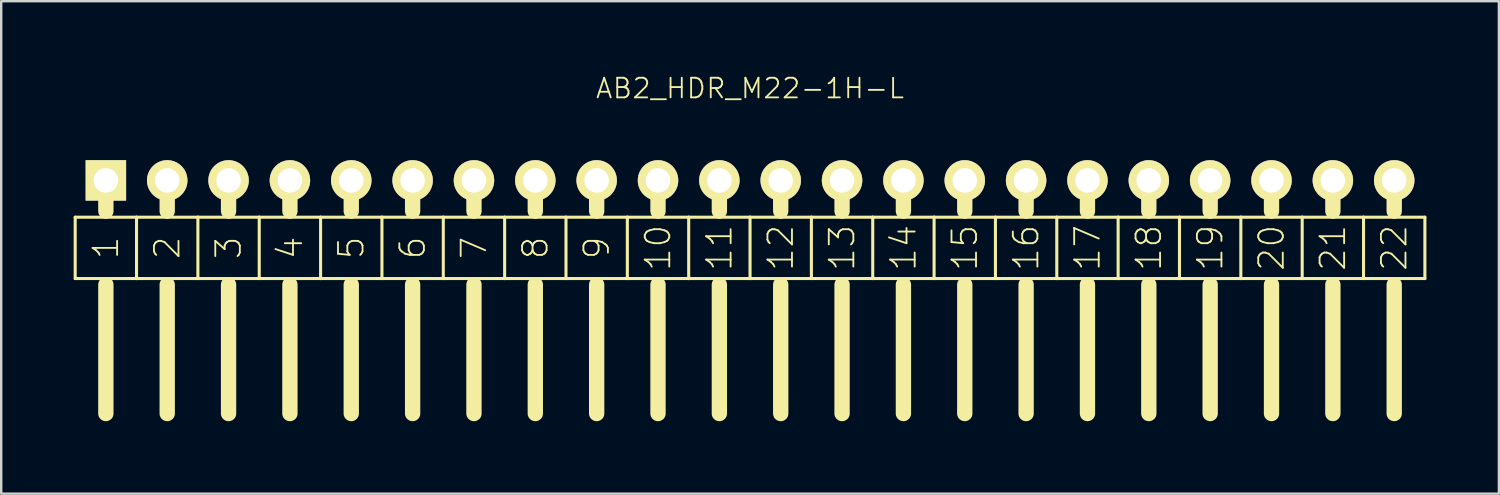
<source format=kicad_pcb>
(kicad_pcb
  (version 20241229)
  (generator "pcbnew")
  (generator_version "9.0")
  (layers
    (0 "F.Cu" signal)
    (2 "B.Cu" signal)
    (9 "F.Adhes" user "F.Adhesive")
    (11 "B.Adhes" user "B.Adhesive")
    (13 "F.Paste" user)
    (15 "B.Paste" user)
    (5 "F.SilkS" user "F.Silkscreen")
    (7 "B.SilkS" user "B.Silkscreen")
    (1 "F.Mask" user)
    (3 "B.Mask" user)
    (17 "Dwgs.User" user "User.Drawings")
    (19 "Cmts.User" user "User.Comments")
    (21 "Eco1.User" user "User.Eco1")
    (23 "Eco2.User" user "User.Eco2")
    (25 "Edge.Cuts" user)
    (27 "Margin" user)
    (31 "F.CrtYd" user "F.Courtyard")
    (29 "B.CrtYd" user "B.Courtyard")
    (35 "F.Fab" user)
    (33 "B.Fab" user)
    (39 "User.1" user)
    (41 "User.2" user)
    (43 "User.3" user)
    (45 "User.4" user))
  (footprint "AB2_HDR_M22-1H-L"
    (layer "F.Cu")
    (at 28.003 4.419)
    (property "Reference" "AB2_HDR_M22-1H-L" (at 0 -3.81 0) (layer "F.SilkS") (effects (font (size 0.813 0.813) (thickness 0.076))))
    (attr through_hole)
    (fp_line (start -27.94 1.524) (end -27.94 4.064) (stroke (width 0.127) (type solid)) (layer "F.SilkS"))
    (fp_line (start -27.94 4.064) (end -26.67 4.064) (stroke (width 0.127) (type solid)) (layer "F.SilkS"))
    (fp_line (start -26.67 0) (end -26.67 1.27) (stroke (width 0.635) (type solid)) (layer "F.SilkS"))
    (fp_line (start -26.67 1.524) (end -27.94 1.524) (stroke (width 0.127) (type solid)) (layer "F.SilkS"))
    (fp_line (start -26.67 4.064) (end -25.4 4.064) (stroke (width 0.127) (type solid)) (layer "F.SilkS"))
    (fp_line (start -26.67 4.318) (end -26.67 9.652) (stroke (width 0.635) (type solid)) (layer "F.SilkS"))
    (fp_line (start -25.4 1.524) (end -26.67 1.524) (stroke (width 0.127) (type solid)) (layer "F.SilkS"))
    (fp_line (start -25.4 4.064) (end -25.4 1.524) (stroke (width 0.127) (type solid)) (layer "F.SilkS"))
    (fp_line (start -25.4 4.064) (end -24.13 4.064) (stroke (width 0.127) (type solid)) (layer "F.SilkS"))
    (fp_line (start -24.13 0) (end -24.13 1.27) (stroke (width 0.635) (type solid)) (layer "F.SilkS"))
    (fp_line (start -24.13 1.524) (end -25.4 1.524) (stroke (width 0.127) (type solid)) (layer "F.SilkS"))
    (fp_line (start -24.13 4.064) (end -22.86 4.064) (stroke (width 0.127) (type solid)) (layer "F.SilkS"))
    (fp_line (start -24.13 4.318) (end -24.13 9.652) (stroke (width 0.635) (type solid)) (layer "F.SilkS"))
    (fp_line (start -22.86 1.524) (end -24.13 1.524) (stroke (width 0.127) (type solid)) (layer "F.SilkS"))
    (fp_line (start -22.86 4.064) (end -22.86 1.524) (stroke (width 0.127) (type solid)) (layer "F.SilkS"))
    (fp_line (start -22.86 4.064) (end -21.59 4.064) (stroke (width 0.127) (type solid)) (layer "F.SilkS"))
    (fp_line (start -21.59 0) (end -21.59 1.27) (stroke (width 0.635) (type solid)) (layer "F.SilkS"))
    (fp_line (start -21.59 1.524) (end -22.86 1.524) (stroke (width 0.127) (type solid)) (layer "F.SilkS"))
    (fp_line (start -21.59 4.064) (end -20.32 4.064) (stroke (width 0.127) (type solid)) (layer "F.SilkS"))
    (fp_line (start -21.59 4.318) (end -21.59 9.652) (stroke (width 0.635) (type solid)) (layer "F.SilkS"))
    (fp_line (start -20.32 1.524) (end -21.59 1.524) (stroke (width 0.127) (type solid)) (layer "F.SilkS"))
    (fp_line (start -20.32 4.064) (end -20.32 1.524) (stroke (width 0.127) (type solid)) (layer "F.SilkS"))
    (fp_line (start -20.32 4.064) (end -19.05 4.064) (stroke (width 0.127) (type solid)) (layer "F.SilkS"))
    (fp_line (start -19.05 0) (end -19.05 1.27) (stroke (width 0.635) (type solid)) (layer "F.SilkS"))
    (fp_line (start -19.05 1.524) (end -20.32 1.524) (stroke (width 0.127) (type solid)) (layer "F.SilkS"))
    (fp_line (start -19.05 4.064) (end -17.78 4.064) (stroke (width 0.127) (type solid)) (layer "F.SilkS"))
    (fp_line (start -19.05 4.318) (end -19.05 9.652) (stroke (width 0.635) (type solid)) (layer "F.SilkS"))
    (fp_line (start -17.78 1.524) (end -19.05 1.524) (stroke (width 0.127) (type solid)) (layer "F.SilkS"))
    (fp_line (start -17.78 4.064) (end -17.78 1.524) (stroke (width 0.127) (type solid)) (layer "F.SilkS"))
    (fp_line (start -17.78 4.064) (end -16.51 4.064) (stroke (width 0.127) (type solid)) (layer "F.SilkS"))
    (fp_line (start -16.51 0) (end -16.51 1.27) (stroke (width 0.635) (type solid)) (layer "F.SilkS"))
    (fp_line (start -16.51 1.524) (end -17.78 1.524) (stroke (width 0.127) (type solid)) (layer "F.SilkS"))
    (fp_line (start -16.51 4.064) (end -15.24 4.064) (stroke (width 0.127) (type solid)) (layer "F.SilkS"))
    (fp_line (start -16.51 4.318) (end -16.51 9.652) (stroke (width 0.635) (type solid)) (layer "F.SilkS"))
    (fp_line (start -15.24 1.524) (end -16.51 1.524) (stroke (width 0.127) (type solid)) (layer "F.SilkS"))
    (fp_line (start -15.24 4.064) (end -15.24 1.524) (stroke (width 0.127) (type solid)) (layer "F.SilkS"))
    (fp_line (start -15.24 4.064) (end -13.97 4.064) (stroke (width 0.127) (type solid)) (layer "F.SilkS"))
    (fp_line (start -13.97 0) (end -13.97 1.27) (stroke (width 0.635) (type solid)) (layer "F.SilkS"))
    (fp_line (start -13.97 1.524) (end -15.24 1.524) (stroke (width 0.127) (type solid)) (layer "F.SilkS"))
    (fp_line (start -13.97 4.064) (end -12.7 4.064) (stroke (width 0.127) (type solid)) (layer "F.SilkS"))
    (fp_line (start -13.97 4.318) (end -13.97 9.652) (stroke (width 0.635) (type solid)) (layer "F.SilkS"))
    (fp_line (start -12.7 1.524) (end -13.97 1.524) (stroke (width 0.127) (type solid)) (layer "F.SilkS"))
    (fp_line (start -12.7 4.064) (end -12.7 1.524) (stroke (width 0.127) (type solid)) (layer "F.SilkS"))
    (fp_line (start -12.7 4.064) (end -11.43 4.064) (stroke (width 0.127) (type solid)) (layer "F.SilkS"))
    (fp_line (start -11.43 0) (end -11.43 1.27) (stroke (width 0.635) (type solid)) (layer "F.SilkS"))
    (fp_line (start -11.43 1.524) (end -12.7 1.524) (stroke (width 0.127) (type solid)) (layer "F.SilkS"))
    (fp_line (start -11.43 4.064) (end -10.16 4.064) (stroke (width 0.127) (type solid)) (layer "F.SilkS"))
    (fp_line (start -11.43 4.318) (end -11.43 9.652) (stroke (width 0.635) (type solid)) (layer "F.SilkS"))
    (fp_line (start -10.16 1.524) (end -11.43 1.524) (stroke (width 0.127) (type solid)) (layer "F.SilkS"))
    (fp_line (start -10.16 4.064) (end -10.16 1.524) (stroke (width 0.127) (type solid)) (layer "F.SilkS"))
    (fp_line (start -10.16 4.064) (end -8.89 4.064) (stroke (width 0.127) (type solid)) (layer "F.SilkS"))
    (fp_line (start -8.89 0) (end -8.89 1.27) (stroke (width 0.635) (type solid)) (layer "F.SilkS"))
    (fp_line (start -8.89 1.524) (end -10.16 1.524) (stroke (width 0.127) (type solid)) (layer "F.SilkS"))
    (fp_line (start -8.89 4.064) (end -7.62 4.064) (stroke (width 0.127) (type solid)) (layer "F.SilkS"))
    (fp_line (start -8.89 4.318) (end -8.89 9.652) (stroke (width 0.635) (type solid)) (layer "F.SilkS"))
    (fp_line (start -7.62 1.524) (end -8.89 1.524) (stroke (width 0.127) (type solid)) (layer "F.SilkS"))
    (fp_line (start -7.62 4.064) (end -7.62 1.524) (stroke (width 0.127) (type solid)) (layer "F.SilkS"))
    (fp_line (start -7.62 4.064) (end -6.35 4.064) (stroke (width 0.127) (type solid)) (layer "F.SilkS"))
    (fp_line (start -6.35 0) (end -6.35 1.27) (stroke (width 0.635) (type solid)) (layer "F.SilkS"))
    (fp_line (start -6.35 1.524) (end -7.62 1.524) (stroke (width 0.127) (type solid)) (layer "F.SilkS"))
    (fp_line (start -6.35 4.064) (end -5.08 4.064) (stroke (width 0.127) (type solid)) (layer "F.SilkS"))
    (fp_line (start -6.35 4.318) (end -6.35 9.652) (stroke (width 0.635) (type solid)) (layer "F.SilkS"))
    (fp_line (start -5.08 1.524) (end -6.35 1.524) (stroke (width 0.127) (type solid)) (layer "F.SilkS"))
    (fp_line (start -5.08 4.064) (end -5.08 1.524) (stroke (width 0.127) (type solid)) (layer "F.SilkS"))
    (fp_line (start -5.08 4.064) (end -3.81 4.064) (stroke (width 0.127) (type solid)) (layer "F.SilkS"))
    (fp_line (start -3.81 0) (end -3.81 1.27) (stroke (width 0.635) (type solid)) (layer "F.SilkS"))
    (fp_line (start -3.81 1.524) (end -5.08 1.524) (stroke (width 0.127) (type solid)) (layer "F.SilkS"))
    (fp_line (start -3.81 4.064) (end -2.54 4.064) (stroke (width 0.127) (type solid)) (layer "F.SilkS"))
    (fp_line (start -3.81 4.318) (end -3.81 9.652) (stroke (width 0.635) (type solid)) (layer "F.SilkS"))
    (fp_line (start -2.54 1.524) (end -3.81 1.524) (stroke (width 0.127) (type solid)) (layer "F.SilkS"))
    (fp_line (start -2.54 4.064) (end -2.54 1.524) (stroke (width 0.127) (type solid)) (layer "F.SilkS"))
    (fp_line (start -2.54 4.064) (end -1.27 4.064) (stroke (width 0.127) (type solid)) (layer "F.SilkS"))
    (fp_line (start -1.27 0) (end -1.27 1.27) (stroke (width 0.635) (type solid)) (layer "F.SilkS"))
    (fp_line (start -1.27 1.524) (end -2.54 1.524) (stroke (width 0.127) (type solid)) (layer "F.SilkS"))
    (fp_line (start -1.27 4.064) (end 0 4.064) (stroke (width 0.127) (type solid)) (layer "F.SilkS"))
    (fp_line (start -1.27 4.318) (end -1.27 9.652) (stroke (width 0.635) (type solid)) (layer "F.SilkS"))
    (fp_line (start 0 1.524) (end -1.27 1.524) (stroke (width 0.127) (type solid)) (layer "F.SilkS"))
    (fp_line (start 0 4.064) (end 0 1.524) (stroke (width 0.127) (type solid)) (layer "F.SilkS"))
    (fp_line (start 0 4.064) (end 1.27 4.064) (stroke (width 0.127) (type solid)) (layer "F.SilkS"))
    (fp_line (start 1.27 0) (end 1.27 1.27) (stroke (width 0.635) (type solid)) (layer "F.SilkS"))
    (fp_line (start 1.27 1.524) (end 0 1.524) (stroke (width 0.127) (type solid)) (layer "F.SilkS"))
    (fp_line (start 1.27 4.064) (end 2.54 4.064) (stroke (width 0.127) (type solid)) (layer "F.SilkS"))
    (fp_line (start 1.27 4.318) (end 1.27 9.652) (stroke (width 0.635) (type solid)) (layer "F.SilkS"))
    (fp_line (start 2.54 1.524) (end 1.27 1.524) (stroke (width 0.127) (type solid)) (layer "F.SilkS"))
    (fp_line (start 2.54 4.064) (end 2.54 1.524) (stroke (width 0.127) (type solid)) (layer "F.SilkS"))
    (fp_line (start 2.54 4.064) (end 3.81 4.064) (stroke (width 0.127) (type solid)) (layer "F.SilkS"))
    (fp_line (start 3.81 0) (end 3.81 1.27) (stroke (width 0.635) (type solid)) (layer "F.SilkS"))
    (fp_line (start 3.81 1.524) (end 2.54 1.524) (stroke (width 0.127) (type solid)) (layer "F.SilkS"))
    (fp_line (start 3.81 4.064) (end 5.08 4.064) (stroke (width 0.127) (type solid)) (layer "F.SilkS"))
    (fp_line (start 3.81 4.318) (end 3.81 9.652) (stroke (width 0.635) (type solid)) (layer "F.SilkS"))
    (fp_line (start 5.08 1.524) (end 3.81 1.524) (stroke (width 0.127) (type solid)) (layer "F.SilkS"))
    (fp_line (start 5.08 4.064) (end 5.08 1.524) (stroke (width 0.127) (type solid)) (layer "F.SilkS"))
    (fp_line (start 5.08 4.064) (end 6.35 4.064) (stroke (width 0.127) (type solid)) (layer "F.SilkS"))
    (fp_line (start 6.35 0) (end 6.35 1.27) (stroke (width 0.635) (type solid)) (layer "F.SilkS"))
    (fp_line (start 6.35 1.524) (end 5.08 1.524) (stroke (width 0.127) (type solid)) (layer "F.SilkS"))
    (fp_line (start 6.35 4.064) (end 7.62 4.064) (stroke (width 0.127) (type solid)) (layer "F.SilkS"))
    (fp_line (start 6.35 4.318) (end 6.35 9.652) (stroke (width 0.635) (type solid)) (layer "F.SilkS"))
    (fp_line (start 7.62 1.524) (end 6.35 1.524) (stroke (width 0.127) (type solid)) (layer "F.SilkS"))
    (fp_line (start 7.62 4.064) (end 7.62 1.524) (stroke (width 0.127) (type solid)) (layer "F.SilkS"))
    (fp_line (start 7.62 4.064) (end 8.89 4.064) (stroke (width 0.127) (type solid)) (layer "F.SilkS"))
    (fp_line (start 8.89 0) (end 8.89 1.27) (stroke (width 0.635) (type solid)) (layer "F.SilkS"))
    (fp_line (start 8.89 1.524) (end 7.62 1.524) (stroke (width 0.127) (type solid)) (layer "F.SilkS"))
    (fp_line (start 8.89 4.064) (end 10.16 4.064) (stroke (width 0.127) (type solid)) (layer "F.SilkS"))
    (fp_line (start 8.89 4.318) (end 8.89 9.652) (stroke (width 0.635) (type solid)) (layer "F.SilkS"))
    (fp_line (start 10.16 1.524) (end 8.89 1.524) (stroke (width 0.127) (type solid)) (layer "F.SilkS"))
    (fp_line (start 10.16 4.064) (end 10.16 1.524) (stroke (width 0.127) (type solid)) (layer "F.SilkS"))
    (fp_line (start 10.16 4.064) (end 11.43 4.064) (stroke (width 0.127) (type solid)) (layer "F.SilkS"))
    (fp_line (start 11.43 0) (end 11.43 1.27) (stroke (width 0.635) (type solid)) (layer "F.SilkS"))
    (fp_line (start 11.43 1.524) (end 10.16 1.524) (stroke (width 0.127) (type solid)) (layer "F.SilkS"))
    (fp_line (start 11.43 4.064) (end 12.7 4.064) (stroke (width 0.127) (type solid)) (layer "F.SilkS"))
    (fp_line (start 11.43 4.318) (end 11.43 9.652) (stroke (width 0.635) (type solid)) (layer "F.SilkS"))
    (fp_line (start 12.7 1.524) (end 11.43 1.524) (stroke (width 0.127) (type solid)) (layer "F.SilkS"))
    (fp_line (start 12.7 4.064) (end 12.7 1.524) (stroke (width 0.127) (type solid)) (layer "F.SilkS"))
    (fp_line (start 12.7 4.064) (end 13.97 4.064) (stroke (width 0.127) (type solid)) (layer "F.SilkS"))
    (fp_line (start 13.97 0) (end 13.97 1.27) (stroke (width 0.635) (type solid)) (layer "F.SilkS"))
    (fp_line (start 13.97 1.524) (end 12.7 1.524) (stroke (width 0.127) (type solid)) (layer "F.SilkS"))
    (fp_line (start 13.97 4.064) (end 15.24 4.064) (stroke (width 0.127) (type solid)) (layer "F.SilkS"))
    (fp_line (start 13.97 4.318) (end 13.97 9.652) (stroke (width 0.635) (type solid)) (layer "F.SilkS"))
    (fp_line (start 15.24 1.524) (end 13.97 1.524) (stroke (width 0.127) (type solid)) (layer "F.SilkS"))
    (fp_line (start 15.24 4.064) (end 15.24 1.524) (stroke (width 0.127) (type solid)) (layer "F.SilkS"))
    (fp_line (start 15.24 4.064) (end 16.51 4.064) (stroke (width 0.127) (type solid)) (layer "F.SilkS"))
    (fp_line (start 16.51 0) (end 16.51 1.27) (stroke (width 0.635) (type solid)) (layer "F.SilkS"))
    (fp_line (start 16.51 1.524) (end 15.24 1.524) (stroke (width 0.127) (type solid)) (layer "F.SilkS"))
    (fp_line (start 16.51 4.064) (end 17.78 4.064) (stroke (width 0.127) (type solid)) (layer "F.SilkS"))
    (fp_line (start 16.51 4.318) (end 16.51 9.652) (stroke (width 0.635) (type solid)) (layer "F.SilkS"))
    (fp_line (start 17.78 1.524) (end 16.51 1.524) (stroke (width 0.127) (type solid)) (layer "F.SilkS"))
    (fp_line (start 17.78 4.064) (end 17.78 1.524) (stroke (width 0.127) (type solid)) (layer "F.SilkS"))
    (fp_line (start 17.78 4.064) (end 19.05 4.064) (stroke (width 0.127) (type solid)) (layer "F.SilkS"))
    (fp_line (start 19.05 0) (end 19.05 1.27) (stroke (width 0.635) (type solid)) (layer "F.SilkS"))
    (fp_line (start 19.05 1.524) (end 17.78 1.524) (stroke (width 0.127) (type solid)) (layer "F.SilkS"))
    (fp_line (start 19.05 4.064) (end 20.32 4.064) (stroke (width 0.127) (type solid)) (layer "F.SilkS"))
    (fp_line (start 19.05 4.318) (end 19.05 9.652) (stroke (width 0.635) (type solid)) (layer "F.SilkS"))
    (fp_line (start 20.32 1.524) (end 19.05 1.524) (stroke (width 0.127) (type solid)) (layer "F.SilkS"))
    (fp_line (start 20.32 4.064) (end 20.32 1.524) (stroke (width 0.127) (type solid)) (layer "F.SilkS"))
    (fp_line (start 20.32 4.064) (end 21.59 4.064) (stroke (width 0.127) (type solid)) (layer "F.SilkS"))
    (fp_line (start 21.59 0) (end 21.59 1.27) (stroke (width 0.635) (type solid)) (layer "F.SilkS"))
    (fp_line (start 21.59 1.524) (end 20.32 1.524) (stroke (width 0.127) (type solid)) (layer "F.SilkS"))
    (fp_line (start 21.59 4.064) (end 22.86 4.064) (stroke (width 0.127) (type solid)) (layer "F.SilkS"))
    (fp_line (start 21.59 4.318) (end 21.59 9.652) (stroke (width 0.635) (type solid)) (layer "F.SilkS"))
    (fp_line (start 22.86 1.524) (end 21.59 1.524) (stroke (width 0.127) (type solid)) (layer "F.SilkS"))
    (fp_line (start 22.86 4.064) (end 22.86 1.524) (stroke (width 0.127) (type solid)) (layer "F.SilkS"))
    (fp_line (start 22.86 4.064) (end 24.13 4.064) (stroke (width 0.127) (type solid)) (layer "F.SilkS"))
    (fp_line (start 24.13 0) (end 24.13 1.27) (stroke (width 0.635) (type solid)) (layer "F.SilkS"))
    (fp_line (start 24.13 1.524) (end 22.86 1.524) (stroke (width 0.127) (type solid)) (layer "F.SilkS"))
    (fp_line (start 24.13 4.064) (end 25.4 4.064) (stroke (width 0.127) (type solid)) (layer "F.SilkS"))
    (fp_line (start 24.13 4.318) (end 24.13 9.652) (stroke (width 0.635) (type solid)) (layer "F.SilkS"))
    (fp_line (start 25.4 1.524) (end 24.13 1.524) (stroke (width 0.127) (type solid)) (layer "F.SilkS"))
    (fp_line (start 25.4 4.064) (end 25.4 1.524) (stroke (width 0.127) (type solid)) (layer "F.SilkS"))
    (fp_line (start 25.4 4.064) (end 26.67 4.064) (stroke (width 0.127) (type solid)) (layer "F.SilkS"))
    (fp_line (start 26.67 0) (end 26.67 1.27) (stroke (width 0.635) (type solid)) (layer "F.SilkS"))
    (fp_line (start 26.67 1.524) (end 25.4 1.524) (stroke (width 0.127) (type solid)) (layer "F.SilkS"))
    (fp_line (start 26.67 4.064) (end 27.94 4.064) (stroke (width 0.127) (type solid)) (layer "F.SilkS"))
    (fp_line (start 26.67 4.318) (end 26.67 9.652) (stroke (width 0.635) (type solid)) (layer "F.SilkS"))
    (fp_line (start 27.94 1.524) (end 26.67 1.524) (stroke (width 0.127) (type solid)) (layer "F.SilkS"))
    (fp_line (start 27.94 4.064) (end 27.94 1.524) (stroke (width 0.127) (type solid)) (layer "F.SilkS"))
    (fp_text user "16" (at 11.43 2.794 90) (layer "F.SilkS") (effects (font (size 1.016 1.016) (thickness 0.076))))
    (fp_text user "15" (at 8.89 2.794 90) (layer "F.SilkS") (effects (font (size 1.016 1.016) (thickness 0.076))))
    (fp_text user "6" (at -13.97 2.794 90) (layer "F.SilkS") (effects (font (size 1.016 1.016) (thickness 0.076))))
    (fp_text user "3" (at -21.59 2.794 90) (layer "F.SilkS") (effects (font (size 1.016 1.016) (thickness 0.076))))
    (fp_text user "11" (at -1.27 2.794 90) (layer "F.SilkS") (effects (font (size 1.016 1.016) (thickness 0.076))))
    (fp_text user "18" (at 16.51 2.794 90) (layer "F.SilkS") (effects (font (size 1.016 1.016) (thickness 0.076))))
    (fp_text user "4" (at -19.05 2.794 90) (layer "F.SilkS") (effects (font (size 1.016 1.016) (thickness 0.076))))
    (fp_text user "7" (at -11.43 2.794 90) (layer "F.SilkS") (effects (font (size 1.016 1.016) (thickness 0.076))))
    (fp_text user "19" (at 19.05 2.794 90) (layer "F.SilkS") (effects (font (size 1.016 1.016) (thickness 0.076))))
    (fp_text user "21" (at 24.13 2.794 90) (layer "F.SilkS") (effects (font (size 1.016 1.016) (thickness 0.076))))
    (fp_text user "22" (at 26.67 2.794 90) (layer "F.SilkS") (effects (font (size 1.016 1.016) (thickness 0.076))))
    (fp_text user "17" (at 13.97 2.794 90) (layer "F.SilkS") (effects (font (size 1.016 1.016) (thickness 0.076))))
    (fp_text user "13" (at 3.81 2.794 90) (layer "F.SilkS") (effects (font (size 1.016 1.016) (thickness 0.076))))
    (fp_text user "1" (at -26.67 2.794 90) (layer "F.SilkS") (effects (font (size 1.016 1.016) (thickness 0.076))))
    (fp_text user "9" (at -6.35 2.794 90) (layer "F.SilkS") (effects (font (size 1.016 1.016) (thickness 0.076))))
    (fp_text user "12" (at 1.27 2.794 90) (layer "F.SilkS") (effects (font (size 1.016 1.016) (thickness 0.076))))
    (fp_text user "5" (at -16.51 2.794 90) (layer "F.SilkS") (effects (font (size 1.016 1.016) (thickness 0.076))))
    (fp_text user "20" (at 21.59 2.794 90) (layer "F.SilkS") (effects (font (size 1.016 1.016) (thickness 0.076))))
    (fp_text user "2" (at -24.13 2.794 90) (layer "F.SilkS") (effects (font (size 1.016 1.016) (thickness 0.076))))
    (fp_text user "14" (at 6.35 2.794 90) (layer "F.SilkS") (effects (font (size 1.016 1.016) (thickness 0.076))))
    (fp_text user "8" (at -8.89 2.794 90) (layer "F.SilkS") (effects (font (size 1.016 1.016) (thickness 0.076))))
    (fp_text user "10" (at -3.81 2.794 90) (layer "F.SilkS") (effects (font (size 1.016 1.016) (thickness 0.076))))
    (pad "1" thru_hole rect (at -26.67 0) (size 1.676 1.676) (drill 1.016) (layers "*.Cu" "*.Mask" "F.SilkS"))
    (pad "2" thru_hole circle (at -24.13 0) (size 1.676 1.676) (drill 1.016) (layers "*.Cu" "*.Mask" "F.SilkS"))
    (pad "3" thru_hole circle (at -21.59 0) (size 1.676 1.676) (drill 1.016) (layers "*.Cu" "*.Mask" "F.SilkS"))
    (pad "4" thru_hole circle (at -19.05 0) (size 1.676 1.676) (drill 1.016) (layers "*.Cu" "*.Mask" "F.SilkS"))
    (pad "5" thru_hole circle (at -16.51 0) (size 1.676 1.676) (drill 1.016) (layers "*.Cu" "*.Mask" "F.SilkS"))
    (pad "6" thru_hole circle (at -13.97 0) (size 1.676 1.676) (drill 1.016) (layers "*.Cu" "*.Mask" "F.SilkS"))
    (pad "7" thru_hole circle (at -11.43 0) (size 1.676 1.676) (drill 1.016) (layers "*.Cu" "*.Mask" "F.SilkS"))
    (pad "8" thru_hole circle (at -8.89 0) (size 1.676 1.676) (drill 1.016) (layers "*.Cu" "*.Mask" "F.SilkS"))
    (pad "9" thru_hole circle (at -6.35 0) (size 1.676 1.676) (drill 1.016) (layers "*.Cu" "*.Mask" "F.SilkS"))
    (pad "10" thru_hole circle (at -3.81 0) (size 1.676 1.676) (drill 1.016) (layers "*.Cu" "*.Mask" "F.SilkS"))
    (pad "11" thru_hole circle (at -1.27 0) (size 1.676 1.676) (drill 1.016) (layers "*.Cu" "*.Mask" "F.SilkS"))
    (pad "12" thru_hole circle (at 1.27 0) (size 1.676 1.676) (drill 1.016) (layers "*.Cu" "*.Mask" "F.SilkS"))
    (pad "13" thru_hole circle (at 3.81 0) (size 1.676 1.676) (drill 1.016) (layers "*.Cu" "*.Mask" "F.SilkS"))
    (pad "14" thru_hole circle (at 6.35 0) (size 1.676 1.676) (drill 1.016) (layers "*.Cu" "*.Mask" "F.SilkS"))
    (pad "15" thru_hole circle (at 8.89 0) (size 1.676 1.676) (drill 1.016) (layers "*.Cu" "*.Mask" "F.SilkS"))
    (pad "16" thru_hole circle (at 11.43 0) (size 1.676 1.676) (drill 1.016) (layers "*.Cu" "*.Mask" "F.SilkS"))
    (pad "17" thru_hole circle (at 13.97 0) (size 1.676 1.676) (drill 1.016) (layers "*.Cu" "*.Mask" "F.SilkS"))
    (pad "18" thru_hole circle (at 16.51 0) (size 1.676 1.676) (drill 1.016) (layers "*.Cu" "*.Mask" "F.SilkS"))
    (pad "19" thru_hole circle (at 19.05 0) (size 1.676 1.676) (drill 1.016) (layers "*.Cu" "*.Mask" "F.SilkS"))
    (pad "20" thru_hole circle (at 21.59 0) (size 1.676 1.676) (drill 1.016) (layers "*.Cu" "*.Mask" "F.SilkS"))
    (pad "21" thru_hole circle (at 24.13 0) (size 1.676 1.676) (drill 1.016) (layers "*.Cu" "*.Mask" "F.SilkS"))
    (pad "22" thru_hole circle (at 26.67 0) (size 1.676 1.676) (drill 1.016) (layers "*.Cu" "*.Mask" "F.SilkS")))
  (gr_rect
    (start -3 -3)
    (end 59.007 17.389)
    (stroke (width 0.1) (type default))
    (fill no)
    (layer "Edge.Cuts")))
</source>
